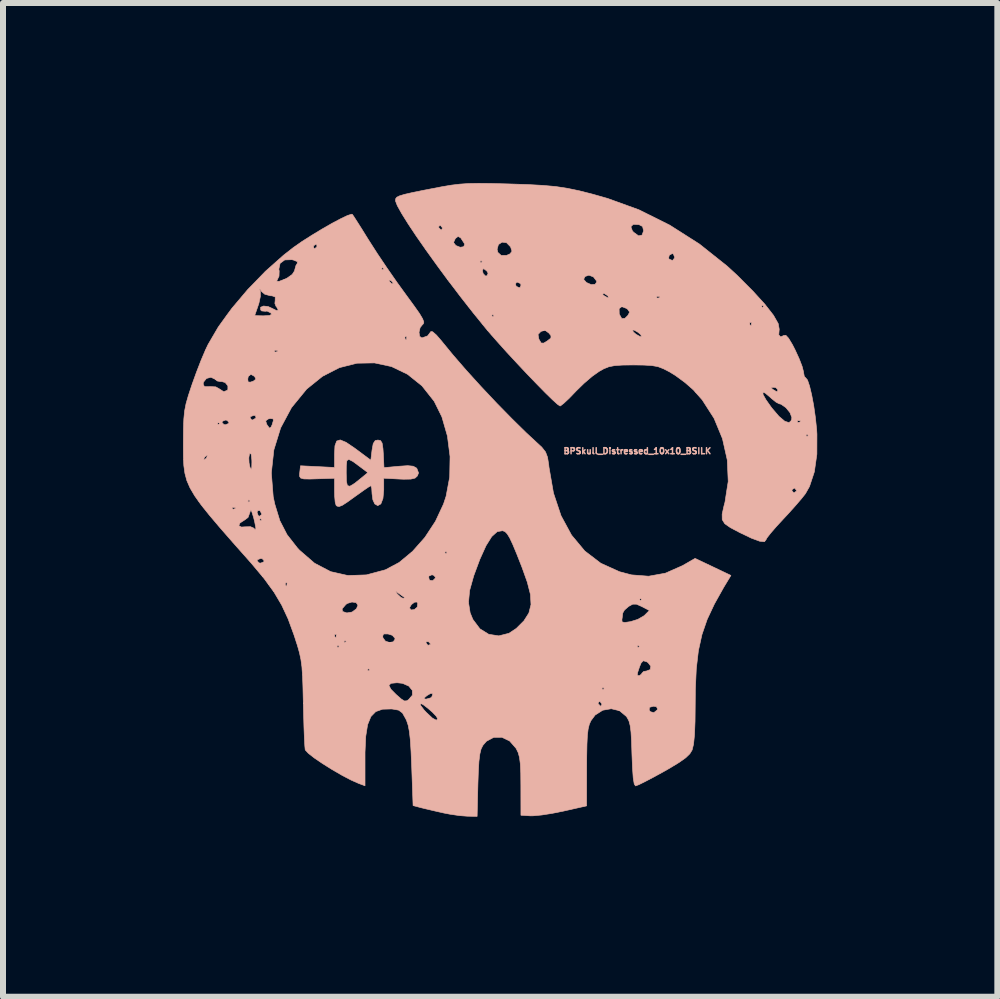
<source format=kicad_pcb>
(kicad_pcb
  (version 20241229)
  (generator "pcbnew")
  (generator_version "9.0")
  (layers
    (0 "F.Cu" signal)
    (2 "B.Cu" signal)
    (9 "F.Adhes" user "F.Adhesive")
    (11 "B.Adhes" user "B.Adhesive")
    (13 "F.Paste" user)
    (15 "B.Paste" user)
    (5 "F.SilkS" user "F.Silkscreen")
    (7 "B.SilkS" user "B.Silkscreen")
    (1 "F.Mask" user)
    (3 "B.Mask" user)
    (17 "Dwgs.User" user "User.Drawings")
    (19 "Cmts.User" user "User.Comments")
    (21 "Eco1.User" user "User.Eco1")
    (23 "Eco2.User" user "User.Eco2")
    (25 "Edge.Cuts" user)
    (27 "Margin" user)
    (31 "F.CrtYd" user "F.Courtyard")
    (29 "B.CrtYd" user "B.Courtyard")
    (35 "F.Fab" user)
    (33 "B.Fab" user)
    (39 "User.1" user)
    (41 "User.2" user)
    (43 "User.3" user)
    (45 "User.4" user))
  (footprint "BPSkull_Distressed_10x10_BSILK"
    (layer "F.Cu")
    (at 5.259 5.278)
    (property "Reference" "BPSkull_Distressed_10x10_BSILK" (at 2.311 -0.813 0) (layer "B.SilkS") (effects (font (size 0.1 0.1) (thickness 0.025))))
    (attr through_hole)
    (fp_poly (pts (xy -2.543 -0.958) (xy -2.4 -0.861) (xy -2.374 -0.842) (xy -2.13 -0.66) (xy -2.11 -0.828) (xy -2.09 -0.937) (xy -2.057 -0.987) (xy -2.012 -0.996) (xy -1.968 -0.987) (xy -1.942 -0.945) (xy -1.928 -0.854) (xy -1.922 -0.766) (xy -1.911 -0.536) (xy -1.662 -0.559) (xy -1.515 -0.569) (xy -1.425 -0.56) (xy -1.373 -0.532) (xy -1.363 -0.522) (xy -1.335 -0.448) (xy -1.355 -0.397) (xy -1.393 -0.362) (xy -1.463 -0.345) (xy -1.584 -0.343) (xy -1.656 -0.346) (xy -1.915 -0.36) (xy -1.915 -0.165) (xy -1.928 -0.023) (xy -1.963 0.068) (xy -2.015 0.097) (xy -2.064 0.069) (xy -2.096 0.000428) (xy -2.11 -0.102) (xy -2.11 -0.106) (xy -2.115 -0.193) (xy -2.128 -0.234) (xy -2.13 -0.234) (xy -2.168 -0.213) (xy -2.252 -0.156) (xy -2.365 -0.075) (xy -2.388 -0.059) (xy -2.521 0.037) (xy -2.606 0.092) (xy -2.659 0.112) (xy -2.693 0.105) (xy -2.709 0.091) (xy -2.724 0.04) (xy -2.733 -0.062) (xy -2.735 -0.147) (xy -2.735 -0.359) (xy -2.98 -0.351) (xy -3.145 -0.346) (xy -3.247 -0.348) (xy -3.3 -0.363) (xy -3.318 -0.393) (xy -3.316 -0.445) (xy -3.315 -0.45) (xy -2.54 -0.45) (xy -2.537 -0.31) (xy -2.521 -0.237) (xy -2.479 -0.226) (xy -2.4 -0.274) (xy -2.291 -0.361) (xy -2.18 -0.453) (xy -2.311 -0.552) (xy -2.429 -0.639) (xy -2.498 -0.674) (xy -2.53 -0.652) (xy -2.539 -0.565) (xy -2.54 -0.45) (xy -3.315 -0.45) (xy -3.314 -0.459) (xy -3.302 -0.567) (xy -2.735 -0.539) (xy -2.735 -0.759) (xy -2.728 -0.9) (xy -2.699 -0.979) (xy -2.64 -0.998) (xy -2.543 -0.958)) (stroke (width 0.01) (type solid)) (fill yes) (layer "B.SilkS"))
    (fp_poly (pts (xy -0.127 -5.271) (xy 0.139 -5.264) (xy 0.175 -5.263) (xy 0.485 -5.253) (xy 0.737 -5.239) (xy 0.95 -5.22) (xy 1.146 -5.19) (xy 1.344 -5.149) (xy 1.564 -5.093) (xy 1.817 -5.021) (xy 2.336 -4.833) (xy 2.85 -4.577) (xy 3.345 -4.262) (xy 3.806 -3.895) (xy 3.974 -3.741) (xy 4.235 -3.479) (xy 4.437 -3.257) (xy 4.579 -3.075) (xy 4.658 -2.936) (xy 4.675 -2.84) (xy 4.674 -2.837) (xy 4.667 -2.748) (xy 4.699 -2.714) (xy 4.75 -2.738) (xy 4.785 -2.741) (xy 4.83 -2.693) (xy 4.894 -2.587) (xy 4.94 -2.497) (xy 5.006 -2.353) (xy 5.056 -2.224) (xy 5.079 -2.135) (xy 5.08 -2.124) (xy 5.093 -2.054) (xy 5.116 -2.032) (xy 5.146 -1.996) (xy 5.18 -1.896) (xy 5.215 -1.75) (xy 5.249 -1.571) (xy 5.277 -1.374) (xy 5.298 -1.175) (xy 5.303 -1.094) (xy 5.302 -0.761) (xy 5.26 -0.466) (xy 5.179 -0.222) (xy 5.112 -0.103) (xy 5.049 -0.023) (xy 4.947 0.096) (xy 4.824 0.233) (xy 4.741 0.322) (xy 4.623 0.45) (xy 4.529 0.559) (xy 4.47 0.635) (xy 4.455 0.664) (xy 4.429 0.698) (xy 4.349 0.69) (xy 4.211 0.639) (xy 4.015 0.545) (xy 3.862 0.464) (xy 3.768 0.399) (xy 3.725 0.33) (xy 3.724 0.238) (xy 3.754 0.103) (xy 3.771 0.039) (xy 3.801 -0.156) (xy 4.885 -0.156) (xy 4.914 -0.118) (xy 4.924 -0.117) (xy 4.962 -0.147) (xy 4.963 -0.156) (xy 4.933 -0.194) (xy 4.924 -0.195) (xy 4.886 -0.166) (xy 4.885 -0.156) (xy 3.801 -0.156) (xy 3.825 -0.306) (xy 3.809 -0.664) (xy 3.729 -1.019) (xy 3.706 -1.075) (xy 5.119 -1.075) (xy 5.139 -1.055) (xy 5.158 -1.075) (xy 5.139 -1.094) (xy 5.119 -1.075) (xy 3.706 -1.075) (xy 3.589 -1.358) (xy 3.392 -1.665) (xy 3.279 -1.792) (xy 4.402 -1.792) (xy 4.406 -1.753) (xy 4.454 -1.667) (xy 4.545 -1.538) (xy 4.553 -1.528) (xy 4.67 -1.391) (xy 4.767 -1.309) (xy 4.839 -1.286) (xy 4.87 -1.316) (xy 4.976 -1.316) (xy 4.981 -1.292) (xy 5.002 -1.29) (xy 5.034 -1.304) (xy 5.028 -1.316) (xy 4.982 -1.32) (xy 4.976 -1.316) (xy 4.87 -1.316) (xy 4.879 -1.324) (xy 4.885 -1.371) (xy 4.855 -1.451) (xy 4.787 -1.535) (xy 4.706 -1.592) (xy 4.672 -1.601) (xy 4.622 -1.627) (xy 4.545 -1.689) (xy 4.526 -1.707) (xy 4.441 -1.779) (xy 4.402 -1.792) (xy 3.279 -1.792) (xy 3.245 -1.831) (xy 3.202 -1.869) (xy 4.537 -1.869) (xy 4.565 -1.842) (xy 4.572 -1.837) (xy 4.631 -1.802) (xy 4.649 -1.813) (xy 4.65 -1.837) (xy 4.618 -1.869) (xy 4.582 -1.875) (xy 4.537 -1.869) (xy 3.202 -1.869) (xy 3.106 -1.953) (xy 2.947 -2.07) (xy 2.85 -2.13) (xy 2.745 -2.184) (xy 2.654 -2.219) (xy 2.553 -2.237) (xy 2.419 -2.245) (xy 2.247 -2.247) (xy 2.061 -2.245) (xy 1.932 -2.236) (xy 1.836 -2.217) (xy 1.751 -2.183) (xy 1.676 -2.141) (xy 1.56 -2.059) (xy 1.422 -1.941) (xy 1.29 -1.812) (xy 1.278 -1.799) (xy 1.173 -1.69) (xy 1.085 -1.608) (xy 1.031 -1.566) (xy 1.023 -1.563) (xy 0.981 -1.591) (xy 0.897 -1.667) (xy 0.778 -1.783) (xy 0.634 -1.93) (xy 0.473 -2.097) (xy 0.305 -2.276) (xy 0.137 -2.457) (xy -0.02 -2.632) (xy -0.128 -2.755) (xy 0.656 -2.755) (xy 0.668 -2.685) (xy 0.673 -2.672) (xy 0.708 -2.613) (xy 0.75 -2.611) (xy 0.807 -2.645) (xy 0.87 -2.694) (xy 0.872 -2.734) (xy 0.837 -2.778) (xy 0.774 -2.825) (xy 0.708 -2.807) (xy 0.703 -2.804) (xy 0.656 -2.755) (xy -0.128 -2.755) (xy -0.158 -2.79) (xy -0.192 -2.829) (xy 2.23 -2.829) (xy 2.244 -2.797) (xy 2.289 -2.758) (xy 2.353 -2.722) (xy 2.381 -2.719) (xy 2.367 -2.752) (xy 2.322 -2.791) (xy 2.258 -2.827) (xy 2.23 -2.829) (xy -0.192 -2.829) (xy -0.224 -2.868) (xy -0.275 -2.931) (xy 4.181 -2.931) (xy 4.196 -2.899) (xy 4.207 -2.905) (xy 4.212 -2.951) (xy 4.207 -2.957) (xy 4.184 -2.951) (xy 4.181 -2.931) (xy -0.275 -2.931) (xy -0.386 -3.068) (xy -0.117 -3.068) (xy -0.098 -3.048) (xy -0.078 -3.068) (xy -0.098 -3.087) (xy -0.117 -3.068) (xy -0.386 -3.068) (xy -0.423 -3.113) (xy -0.479 -3.185) (xy 2.007 -3.185) (xy 2.009 -3.098) (xy 2.011 -3.091) (xy 2.051 -3.02) (xy 2.104 -3.024) (xy 2.153 -3.072) (xy 2.182 -3.127) (xy 2.15 -3.174) (xy 2.13 -3.189) (xy 2.052 -3.219) (xy 2.007 -3.185) (xy -0.479 -3.185) (xy -0.51 -3.224) (xy 4.377 -3.224) (xy 4.396 -3.204) (xy 4.416 -3.224) (xy 4.396 -3.243) (xy 4.377 -3.224) (xy -0.51 -3.224) (xy -0.626 -3.372) (xy -0.665 -3.423) (xy 1.731 -3.423) (xy 1.758 -3.4) (xy 1.821 -3.365) (xy 1.829 -3.378) (xy 1.824 -3.387) (xy 2.631 -3.387) (xy 2.637 -3.363) (xy 2.657 -3.361) (xy 2.689 -3.375) (xy 2.683 -3.387) (xy 2.637 -3.391) (xy 2.631 -3.387) (xy 1.824 -3.387) (xy 1.817 -3.4) (xy 1.76 -3.437) (xy 1.746 -3.438) (xy 1.731 -3.423) (xy -0.665 -3.423) (xy -0.797 -3.597) (xy 0.279 -3.597) (xy 0.292 -3.558) (xy 0.341 -3.534) (xy 0.358 -3.54) (xy 0.374 -3.582) (xy 0.356 -3.607) (xy 0.303 -3.629) (xy 0.279 -3.597) (xy -0.797 -3.597) (xy -0.829 -3.638) (xy -0.856 -3.674) (xy 1.416 -3.674) (xy 1.458 -3.625) (xy 1.466 -3.619) (xy 1.542 -3.586) (xy 1.607 -3.591) (xy 1.634 -3.63) (xy 1.631 -3.646) (xy 1.579 -3.714) (xy 1.504 -3.743) (xy 1.439 -3.721) (xy 1.416 -3.674) (xy -0.856 -3.674) (xy -0.968 -3.826) (xy -0.272 -3.826) (xy -0.259 -3.77) (xy -0.22 -3.729) (xy -0.194 -3.733) (xy -0.176 -3.777) (xy -0.199 -3.814) (xy -0.251 -3.853) (xy -0.272 -3.826) (xy -0.968 -3.826) (xy -1.024 -3.902) (xy -1.07 -3.966) (xy -0.313 -3.966) (xy -0.293 -3.947) (xy -0.274 -3.966) (xy -0.293 -3.986) (xy -0.313 -3.966) (xy -1.07 -3.966) (xy -1.114 -4.027) (xy 2.831 -4.027) (xy 2.841 -4.011) (xy 2.897 -3.987) (xy 2.93 -4.029) (xy 2.931 -4.044) (xy 2.911 -4.096) (xy 2.894 -4.103) (xy 2.843 -4.077) (xy 2.831 -4.027) (xy -1.114 -4.027) (xy -1.206 -4.155) (xy -1.22 -4.175) (xy -0.026 -4.175) (xy -0.014 -4.123) (xy 0.041 -4.073) (xy 0.13 -4.072) (xy 0.19 -4.099) (xy 0.222 -4.142) (xy 0.199 -4.213) (xy 0.198 -4.215) (xy 0.131 -4.284) (xy 0.056 -4.293) (xy -0.004 -4.253) (xy -0.026 -4.175) (xy -1.22 -4.175) (xy -1.298 -4.287) (xy -0.752 -4.287) (xy -0.716 -4.24) (xy -0.711 -4.236) (xy -0.641 -4.208) (xy -0.583 -4.217) (xy -0.566 -4.257) (xy -0.573 -4.273) (xy -0.632 -4.364) (xy -0.676 -4.389) (xy -0.719 -4.356) (xy -0.724 -4.349) (xy -0.752 -4.287) (xy -1.298 -4.287) (xy -1.37 -4.39) (xy -1.475 -4.548) (xy -1.003 -4.548) (xy -0.996 -4.533) (xy -0.961 -4.496) (xy -0.955 -4.494) (xy -0.938 -4.524) (xy -0.938 -4.533) (xy -0.952 -4.55) (xy 2.203 -4.55) (xy 2.228 -4.481) (xy 2.249 -4.458) (xy 2.332 -4.398) (xy 2.389 -4.411) (xy 2.415 -4.482) (xy 2.398 -4.554) (xy 2.338 -4.585) (xy 2.243 -4.59) (xy 2.203 -4.55) (xy -0.952 -4.55) (xy -0.968 -4.57) (xy -0.979 -4.572) (xy -1.003 -4.548) (xy -1.475 -4.548) (xy -1.509 -4.599) (xy -1.617 -4.772) (xy -1.689 -4.902) (xy -1.719 -4.98) (xy -1.719 -4.986) (xy -1.716 -5.017) (xy -1.697 -5.042) (xy -1.653 -5.064) (xy -1.571 -5.089) (xy -1.44 -5.119) (xy -1.249 -5.158) (xy -1.129 -5.181) (xy -0.943 -5.217) (xy -0.789 -5.243) (xy -0.648 -5.26) (xy -0.503 -5.27) (xy -0.335 -5.273) (xy -0.127 -5.271)) (stroke (width 0.01) (type solid)) (fill yes) (layer "B.SilkS"))
    (fp_poly (pts (xy -2.439 -4.757) (xy -2.413 -4.72) (xy -2.354 -4.628) (xy -2.271 -4.497) (xy -2.172 -4.337) (xy -2.152 -4.306) (xy -2.02 -4.1) (xy -1.86 -3.862) (xy -1.693 -3.622) (xy -1.543 -3.415) (xy -1.41 -3.233) (xy -1.319 -3.104) (xy -1.267 -3.016) (xy -1.247 -2.962) (xy -1.255 -2.932) (xy -1.266 -2.923) (xy -1.309 -2.869) (xy -1.327 -2.792) (xy -1.317 -2.724) (xy -1.28 -2.697) (xy -1.184 -2.731) (xy -1.129 -2.804) (xy -1.1 -2.8) (xy -1.037 -2.745) (xy -0.954 -2.649) (xy -0.938 -2.629) (xy -0.759 -2.411) (xy -0.539 -2.157) (xy -0.291 -1.884) (xy -0.032 -1.609) (xy 0.223 -1.349) (xy 0.457 -1.119) (xy 0.612 -0.975) (xy 0.719 -0.876) (xy 0.781 -0.797) (xy 0.814 -0.71) (xy 0.834 -0.586) (xy 0.838 -0.545) (xy 0.913 -0.113) (xy 1.039 0.265) (xy 1.214 0.588) (xy 1.435 0.853) (xy 1.702 1.057) (xy 2.013 1.198) (xy 2.214 1.251) (xy 2.499 1.273) (xy 2.777 1.223) (xy 3.058 1.099) (xy 3.07 1.093) (xy 3.273 0.976) (xy 3.572 1.118) (xy 3.87 1.26) (xy 3.749 1.46) (xy 3.594 1.737) (xy 3.474 1.993) (xy 3.387 2.246) (xy 3.328 2.514) (xy 3.293 2.814) (xy 3.277 3.164) (xy 3.275 3.4) (xy 3.272 3.694) (xy 3.263 3.917) (xy 3.247 4.072) (xy 3.224 4.166) (xy 3.224 4.168) (xy 3.185 4.232) (xy 3.117 4.298) (xy 3.007 4.376) (xy 2.844 4.475) (xy 2.749 4.529) (xy 2.583 4.62) (xy 2.44 4.695) (xy 2.335 4.747) (xy 2.281 4.767) (xy 2.28 4.767) (xy 2.259 4.735) (xy 2.242 4.635) (xy 2.23 4.464) (xy 2.221 4.243) (xy 2.214 4.024) (xy 2.205 3.869) (xy 2.191 3.761) (xy 2.171 3.686) (xy 2.141 3.629) (xy 2.126 3.608) (xy 2.013 3.514) (xy 1.979 3.506) (xy 2.508 3.506) (xy 2.528 3.531) (xy 2.586 3.546) (xy 2.639 3.504) (xy 2.648 3.485) (xy 2.629 3.448) (xy 2.582 3.439) (xy 2.512 3.458) (xy 2.508 3.506) (xy 1.979 3.506) (xy 1.876 3.481) (xy 1.734 3.506) (xy 1.607 3.587) (xy 1.537 3.681) (xy 1.51 3.742) (xy 1.491 3.819) (xy 1.478 3.925) (xy 1.471 4.074) (xy 1.467 4.279) (xy 1.466 4.455) (xy 1.465 5.1) (xy 1.075 5.188) (xy 0.89 5.225) (xy 0.717 5.252) (xy 0.579 5.265) (xy 0.528 5.266) (xy 0.371 5.256) (xy 0.37 4.766) (xy 0.368 4.552) (xy 0.361 4.4) (xy 0.347 4.292) (xy 0.325 4.212) (xy 0.291 4.143) (xy 0.29 4.141) (xy 0.183 4.019) (xy 0.054 3.957) (xy -0.082 3.958) (xy -0.204 4.023) (xy -0.263 4.092) (xy -0.293 4.152) (xy -0.314 4.237) (xy -0.329 4.36) (xy -0.339 4.535) (xy -0.346 4.736) (xy -0.359 5.275) (xy -0.522 5.272) (xy -0.653 5.262) (xy -0.815 5.238) (xy -0.918 5.218) (xy -1.072 5.183) (xy -1.216 5.149) (xy -1.29 5.131) (xy -1.426 5.095) (xy -1.449 4.449) (xy -1.46 4.193) (xy -1.472 4.001) (xy -1.488 3.86) (xy -1.508 3.756) (xy -1.535 3.676) (xy -1.547 3.651) (xy -1.603 3.552) (xy -1.666 3.505) (xy -1.766 3.487) (xy -1.786 3.485) (xy -1.935 3.489) (xy -2.048 3.529) (xy -2.129 3.612) (xy -2.184 3.747) (xy -2.215 3.942) (xy -2.227 4.204) (xy -2.227 4.294) (xy -2.227 4.765) (xy -2.335 4.725) (xy -2.461 4.669) (xy -2.613 4.589) (xy -2.775 4.495) (xy -2.933 4.396) (xy -3.07 4.303) (xy -3.171 4.224) (xy -3.221 4.17) (xy -3.224 4.163) (xy -3.23 4.1) (xy -3.237 3.972) (xy -3.244 3.795) (xy -3.25 3.582) (xy -3.255 3.393) (xy -1.309 3.393) (xy -1.297 3.431) (xy -1.243 3.502) (xy -1.204 3.544) (xy -1.103 3.638) (xy -1.038 3.673) (xy -1.016 3.647) (xy -1.016 3.647) (xy -1.042 3.604) (xy -1.105 3.538) (xy -1.185 3.469) (xy -1.258 3.413) (xy -1.304 3.391) (xy -1.309 3.393) (xy -3.255 3.393) (xy -3.255 3.385) (xy 1.655 3.385) (xy 1.661 3.4) (xy 1.696 3.437) (xy 1.702 3.439) (xy 1.719 3.409) (xy 1.719 3.4) (xy 1.689 3.362) (xy 1.678 3.361) (xy 1.655 3.385) (xy -3.255 3.385) (xy -3.255 3.38) (xy -3.261 3.127) (xy -3.262 3.092) (xy -1.829 3.092) (xy -1.796 3.156) (xy -1.71 3.243) (xy -1.622 3.32) (xy -1.57 3.352) (xy -1.532 3.349) (xy -1.502 3.331) (xy -1.479 3.304) (xy -1.244 3.304) (xy -1.23 3.319) (xy -1.204 3.32) (xy -1.132 3.3) (xy -1.112 3.28) (xy -1.097 3.23) (xy -1.134 3.226) (xy -1.195 3.262) (xy -1.244 3.304) (xy -1.479 3.304) (xy -1.437 3.255) (xy -1.439 3.174) (xy -1.463 3.146) (xy 1.719 3.146) (xy 1.739 3.165) (xy 1.758 3.146) (xy 1.739 3.126) (xy 1.719 3.146) (xy -1.463 3.146) (xy -1.497 3.104) (xy -1.602 3.058) (xy -1.693 3.048) (xy -1.795 3.058) (xy -1.829 3.092) (xy -3.262 3.092) (xy -3.268 2.934) (xy -3.269 2.919) (xy 2.309 2.919) (xy 2.327 2.93) (xy 2.345 2.931) (xy 2.383 2.901) (xy 2.384 2.892) (xy 2.416 2.86) (xy 2.462 2.853) (xy 2.525 2.829) (xy 2.535 2.773) (xy 2.489 2.713) (xy 2.465 2.698) (xy 2.41 2.682) (xy 2.374 2.718) (xy 2.348 2.781) (xy 2.316 2.876) (xy 2.309 2.919) (xy -3.269 2.919) (xy -3.275 2.833) (xy -2.188 2.833) (xy -2.169 2.853) (xy -2.149 2.833) (xy -2.169 2.814) (xy -2.188 2.833) (xy -3.275 2.833) (xy -3.278 2.785) (xy -3.295 2.661) (xy -3.32 2.545) (xy -3.349 2.442) (xy -2.696 2.442) (xy -2.677 2.462) (xy -2.657 2.442) (xy 2.306 2.442) (xy 2.325 2.462) (xy 2.345 2.442) (xy 2.325 2.423) (xy 2.306 2.442) (xy -2.657 2.442) (xy -2.677 2.423) (xy -2.696 2.442) (xy -3.349 2.442) (xy -3.356 2.419) (xy -3.374 2.364) (xy -2.579 2.364) (xy -2.56 2.384) (xy -2.557 2.381) (xy -1.211 2.381) (xy -1.183 2.421) (xy -1.172 2.423) (xy -1.134 2.409) (xy -1.133 2.406) (xy -1.161 2.372) (xy -1.172 2.364) (xy -1.208 2.367) (xy -1.211 2.381) (xy -2.557 2.381) (xy -2.54 2.364) (xy -2.56 2.345) (xy -2.579 2.364) (xy -3.374 2.364) (xy -3.405 2.267) (xy -3.405 2.266) (xy -2.735 2.266) (xy -2.721 2.299) (xy -2.709 2.293) (xy -2.707 2.271) (xy -1.933 2.271) (xy -1.927 2.302) (xy -1.886 2.356) (xy -1.819 2.377) (xy -1.756 2.366) (xy -1.727 2.322) (xy -1.728 2.307) (xy -1.771 2.258) (xy -1.844 2.235) (xy -1.917 2.235) (xy -1.933 2.271) (xy -2.707 2.271) (xy -2.705 2.246) (xy -2.709 2.24) (xy -2.733 2.246) (xy -2.735 2.266) (xy -3.405 2.266) (xy -3.412 2.247) (xy -3.508 1.985) (xy -3.586 1.817) (xy -2.609 1.817) (xy -2.601 1.861) (xy -2.53 1.885) (xy -2.442 1.87) (xy -2.37 1.816) (xy -2.364 1.802) (xy -1.485 1.802) (xy -1.459 1.835) (xy -1.405 1.829) (xy -1.359 1.79) (xy -1.355 1.782) (xy -1.349 1.719) (xy -1.354 1.71) (xy -0.503 1.71) (xy -0.475 1.884) (xy -0.43 1.993) (xy -0.313 2.149) (xy -0.165 2.241) (xy 0.002 2.267) (xy 0.172 2.224) (xy 0.294 2.143) (xy 0.422 2.015) (xy 0.433 1.997) (xy 2.053 1.997) (xy 2.057 2.035) (xy 2.102 2.044) (xy 2.197 2.03) (xy 2.319 1.992) (xy 2.419 1.934) (xy 2.432 1.923) (xy 2.511 1.844) (xy 2.386 1.779) (xy 2.296 1.739) (xy 2.234 1.739) (xy 2.166 1.776) (xy 2.096 1.837) (xy 2.068 1.886) (xy 2.058 1.967) (xy 2.053 1.997) (xy 0.433 1.997) (xy 0.503 1.887) (xy 0.539 1.746) (xy 0.534 1.661) (xy 2.345 1.661) (xy 2.364 1.68) (xy 2.384 1.661) (xy 2.364 1.641) (xy 2.345 1.661) (xy 0.534 1.661) (xy 0.53 1.579) (xy 0.477 1.372) (xy 0.39 1.128) (xy 0.302 0.904) (xy 0.235 0.743) (xy 0.184 0.635) (xy 0.143 0.568) (xy 0.107 0.531) (xy 0.069 0.516) (xy 0.064 0.515) (xy -0.024 0.53) (xy -0.116 0.613) (xy -0.211 0.765) (xy -0.313 0.99) (xy -0.416 1.267) (xy -0.484 1.51) (xy -0.503 1.71) (xy -1.354 1.71) (xy -1.357 1.704) (xy -1.4 1.705) (xy -1.454 1.745) (xy -1.484 1.796) (xy -1.485 1.802) (xy -2.364 1.802) (xy -2.345 1.755) (xy -2.375 1.713) (xy -2.445 1.703) (xy -2.523 1.727) (xy -2.546 1.744) (xy -2.609 1.817) (xy -3.586 1.817) (xy -3.615 1.755) (xy -3.744 1.537) (xy -3.753 1.525) (xy -1.714 1.525) (xy -1.711 1.539) (xy -1.685 1.573) (xy -1.626 1.628) (xy -1.591 1.641) (xy -1.563 1.634) (xy -1.566 1.63) (xy -1.607 1.601) (xy -1.661 1.562) (xy -1.714 1.525) (xy -3.753 1.525) (xy -3.839 1.407) (xy -3.556 1.407) (xy -3.542 1.439) (xy -3.53 1.433) (xy -3.525 1.386) (xy -3.53 1.381) (xy -3.553 1.386) (xy -3.556 1.407) (xy -3.839 1.407) (xy -3.909 1.311) (xy -3.94 1.274) (xy -1.168 1.274) (xy -1.158 1.328) (xy -1.147 1.341) (xy -1.099 1.348) (xy -1.059 1.309) (xy -1.055 1.287) (xy -1.087 1.255) (xy -1.114 1.25) (xy -1.168 1.274) (xy -3.94 1.274) (xy -4.12 1.059) (xy -4.158 1.016) (xy -4.025 1.016) (xy -3.993 1.051) (xy -3.966 1.055) (xy -3.914 1.034) (xy -3.908 1.016) (xy -3.939 0.981) (xy -3.966 0.977) (xy -4.018 0.998) (xy -4.025 1.016) (xy -4.158 1.016) (xy -4.425 0.715) (xy -4.644 0.464) (xy -4.672 0.431) (xy -4.33 0.431) (xy -4.287 0.454) (xy -4.226 0.45) (xy -4.135 0.448) (xy -4.082 0.471) (xy -4.082 0.471) (xy -4.051 0.505) (xy -4.046 0.469) (xy -4.066 0.365) (xy -4.074 0.332) (xy -3.986 0.332) (xy -3.966 0.352) (xy -3.947 0.332) (xy -3.966 0.313) (xy -3.986 0.332) (xy -4.074 0.332) (xy -4.084 0.293) (xy -4.109 0.213) (xy -4.025 0.213) (xy -4.005 0.266) (xy -3.986 0.274) (xy -3.948 0.245) (xy -3.947 0.237) (xy -3.975 0.184) (xy -3.986 0.176) (xy -4.019 0.185) (xy -4.025 0.213) (xy -4.109 0.213) (xy -4.115 0.194) (xy -4.134 0.167) (xy -4.14 0.196) (xy -4.176 0.294) (xy -4.228 0.333) (xy -4.31 0.386) (xy -4.33 0.431) (xy -4.672 0.431) (xy -4.821 0.255) (xy -4.921 0.13) (xy -4.442 0.13) (xy -4.436 0.153) (xy -4.416 0.156) (xy -4.384 0.142) (xy -4.39 0.13) (xy -4.436 0.126) (xy -4.442 0.13) (xy -4.921 0.13) (xy -4.96 0.081) (xy -5.004 0.02) (xy -4.181 0.02) (xy -4.162 0.039) (xy -4.142 0.02) (xy -4.162 0) (xy -4.181 0.02) (xy -5.004 0.02) (xy -5.066 -0.068) (xy -5.143 -0.199) (xy -5.196 -0.321) (xy -5.228 -0.441) (xy -5.229 -0.448) (xy -3.788 -0.448) (xy -3.757 -0.054) (xy -3.731 0.07) (xy -3.646 0.348) (xy -3.526 0.581) (xy -3.354 0.801) (xy -3.319 0.839) (xy -3.068 1.056) (xy -2.799 1.197) (xy -2.511 1.262) (xy -2.204 1.251) (xy -1.887 1.166) (xy -1.658 1.044) (xy -1.459 0.879) (xy -0.899 0.879) (xy -0.879 0.899) (xy -0.86 0.879) (xy -0.879 0.86) (xy -0.899 0.879) (xy -1.459 0.879) (xy -1.435 0.859) (xy -1.229 0.626) (xy -1.053 0.358) (xy -0.919 0.071) (xy -0.876 -0.059) (xy -0.816 -0.379) (xy -0.81 -0.721) (xy -0.854 -1.063) (xy -0.946 -1.382) (xy -1.074 -1.641) (xy -1.278 -1.899) (xy -1.519 -2.092) (xy -1.785 -2.22) (xy -2.069 -2.281) (xy -2.362 -2.276) (xy -2.654 -2.202) (xy -2.935 -2.058) (xy -3.198 -1.846) (xy -3.205 -1.838) (xy -3.452 -1.536) (xy -3.633 -1.198) (xy -3.746 -0.832) (xy -3.788 -0.448) (xy -5.229 -0.448) (xy -5.246 -0.569) (xy -5.251 -0.667) (xy -4.914 -0.667) (xy -4.909 -0.664) (xy -4.873 -0.692) (xy -4.866 -0.702) (xy -4.163 -0.702) (xy -4.159 -0.615) (xy -4.143 -0.539) (xy -4.12 -0.508) (xy -4.114 -0.543) (xy -4.112 -0.629) (xy -4.113 -0.664) (xy -4.123 -0.758) (xy -4.143 -0.775) (xy -4.152 -0.763) (xy -4.163 -0.702) (xy -4.866 -0.702) (xy -4.865 -0.703) (xy -4.855 -0.74) (xy -4.86 -0.742) (xy -4.896 -0.715) (xy -4.904 -0.703) (xy -4.914 -0.667) (xy -5.251 -0.667) (xy -5.253 -0.711) (xy -5.254 -0.877) (xy -5.254 -0.957) (xy -5.252 -1.18) (xy -5.249 -1.27) (xy -4.689 -1.27) (xy -4.67 -1.25) (xy -4.65 -1.27) (xy -4.67 -1.29) (xy -4.611 -1.29) (xy -4.579 -1.255) (xy -4.552 -1.25) (xy -4.5 -1.272) (xy -4.494 -1.29) (xy -4.517 -1.315) (xy -3.882 -1.315) (xy -3.865 -1.259) (xy -3.857 -1.246) (xy -3.819 -1.194) (xy -3.794 -1.21) (xy -3.775 -1.25) (xy -3.754 -1.321) (xy -3.759 -1.349) (xy -3.808 -1.355) (xy -3.842 -1.346) (xy -3.882 -1.315) (xy -4.517 -1.315) (xy -4.525 -1.324) (xy -4.552 -1.329) (xy -4.604 -1.308) (xy -4.611 -1.29) (xy -4.67 -1.29) (xy -4.689 -1.27) (xy -5.249 -1.27) (xy -5.246 -1.347) (xy -5.244 -1.368) (xy -4.142 -1.368) (xy -4.114 -1.33) (xy -4.105 -1.329) (xy -4.052 -1.357) (xy -4.044 -1.368) (xy -4.053 -1.401) (xy -4.081 -1.407) (xy -4.135 -1.386) (xy -4.142 -1.368) (xy -5.244 -1.368) (xy -5.233 -1.48) (xy -5.209 -1.602) (xy -5.171 -1.735) (xy -5.116 -1.902) (xy -5.109 -1.921) (xy -5.107 -1.928) (xy -4.924 -1.928) (xy -4.903 -1.886) (xy -4.829 -1.885) (xy -4.819 -1.887) (xy -4.714 -1.882) (xy -4.66 -1.852) (xy -4.581 -1.801) (xy -4.522 -1.825) (xy -4.512 -1.838) (xy -4.512 -1.899) (xy -4.557 -1.954) (xy -4.618 -1.972) (xy -4.627 -1.969) (xy -4.69 -1.98) (xy -4.726 -2.01) (xy -4.727 -2.01) (xy -4.181 -2.01) (xy -4.174 -1.963) (xy -4.135 -1.961) (xy -4.086 -1.978) (xy -4.045 -2.011) (xy -4.067 -2.056) (xy -4.128 -2.09) (xy -4.172 -2.057) (xy -4.181 -2.01) (xy -4.727 -2.01) (xy -4.794 -2.042) (xy -4.869 -2.022) (xy -4.918 -1.961) (xy -4.924 -1.928) (xy -5.107 -1.928) (xy -5.037 -2.122) (xy -4.958 -2.326) (xy -4.889 -2.488) (xy -3.738 -2.488) (xy -3.733 -2.465) (xy -3.712 -2.462) (xy -3.68 -2.476) (xy -3.686 -2.488) (xy -3.733 -2.493) (xy -3.738 -2.488) (xy -4.889 -2.488) (xy -4.883 -2.502) (xy -4.843 -2.586) (xy -4.779 -2.696) (xy -1.563 -2.696) (xy -1.549 -2.664) (xy -1.537 -2.67) (xy -1.532 -2.717) (xy -1.537 -2.722) (xy -1.56 -2.717) (xy -1.563 -2.696) (xy -4.779 -2.696) (xy -4.672 -2.879) (xy -4.533 -3.072) (xy -4.064 -3.072) (xy -4.029 -3.068) (xy -3.943 -3.066) (xy -3.91 -3.066) (xy -3.814 -3.072) (xy -3.785 -3.092) (xy -3.796 -3.113) (xy -3.859 -3.145) (xy -3.887 -3.141) (xy -3.949 -3.147) (xy -3.965 -3.163) (xy -3.967 -3.208) (xy -3.917 -3.229) (xy -3.84 -3.22) (xy -3.771 -3.188) (xy -3.703 -3.154) (xy -3.673 -3.161) (xy -3.673 -3.162) (xy -3.701 -3.216) (xy -3.709 -3.222) (xy -3.729 -3.272) (xy -3.724 -3.322) (xy -3.723 -3.38) (xy -3.777 -3.399) (xy -3.804 -3.4) (xy -3.897 -3.425) (xy -3.948 -3.468) (xy -3.98 -3.515) (xy -3.979 -3.495) (xy -3.971 -3.469) (xy -3.97 -3.391) (xy -3.994 -3.279) (xy -4.007 -3.239) (xy -4.041 -3.14) (xy -4.062 -3.08) (xy -4.064 -3.072) (xy -4.533 -3.072) (xy -4.446 -3.19) (xy -4.18 -3.505) (xy -4.046 -3.642) (xy -3.699 -3.642) (xy -3.658 -3.64) (xy -3.601 -3.662) (xy -1.83 -3.662) (xy -1.821 -3.64) (xy -1.781 -3.598) (xy -1.759 -3.607) (xy -1.758 -3.612) (xy -1.786 -3.645) (xy -1.804 -3.657) (xy -1.83 -3.662) (xy -3.601 -3.662) (xy -3.56 -3.678) (xy -3.523 -3.696) (xy -3.44 -3.755) (xy -3.4 -3.817) (xy -3.4 -3.825) (xy -3.393 -3.849) (xy -1.954 -3.849) (xy -1.934 -3.83) (xy -1.915 -3.849) (xy -1.934 -3.869) (xy -1.954 -3.849) (xy -3.393 -3.849) (xy -3.377 -3.907) (xy -3.358 -3.934) (xy -3.353 -3.968) (xy -3.419 -3.995) (xy -3.446 -4.001) (xy -3.565 -3.997) (xy -3.642 -3.94) (xy -3.663 -3.843) (xy -3.657 -3.812) (xy -3.66 -3.725) (xy -3.68 -3.685) (xy -3.699 -3.642) (xy -4.046 -3.642) (xy -3.888 -3.806) (xy -3.584 -4.076) (xy -3.418 -4.206) (xy -3.397 -4.22) (xy -3.087 -4.22) (xy -3.074 -4.182) (xy -3.07 -4.181) (xy -3.036 -4.209) (xy -3.028 -4.22) (xy -3.032 -4.256) (xy -3.046 -4.259) (xy -3.085 -4.231) (xy -3.087 -4.22) (xy -3.397 -4.22) (xy -3.279 -4.303) (xy -3.117 -4.406) (xy -2.947 -4.509) (xy -2.782 -4.604) (xy -2.635 -4.682) (xy -2.52 -4.737) (xy -2.451 -4.759) (xy -2.439 -4.757)) (stroke (width 0.01) (type solid)) (fill yes) (layer "B.SilkS")))
  (gr_rect
    (start -3 -3)
    (end 13.568 13.558)
    (stroke (width 0.1) (type default))
    (fill no)
    (layer "Edge.Cuts")))
</source>
